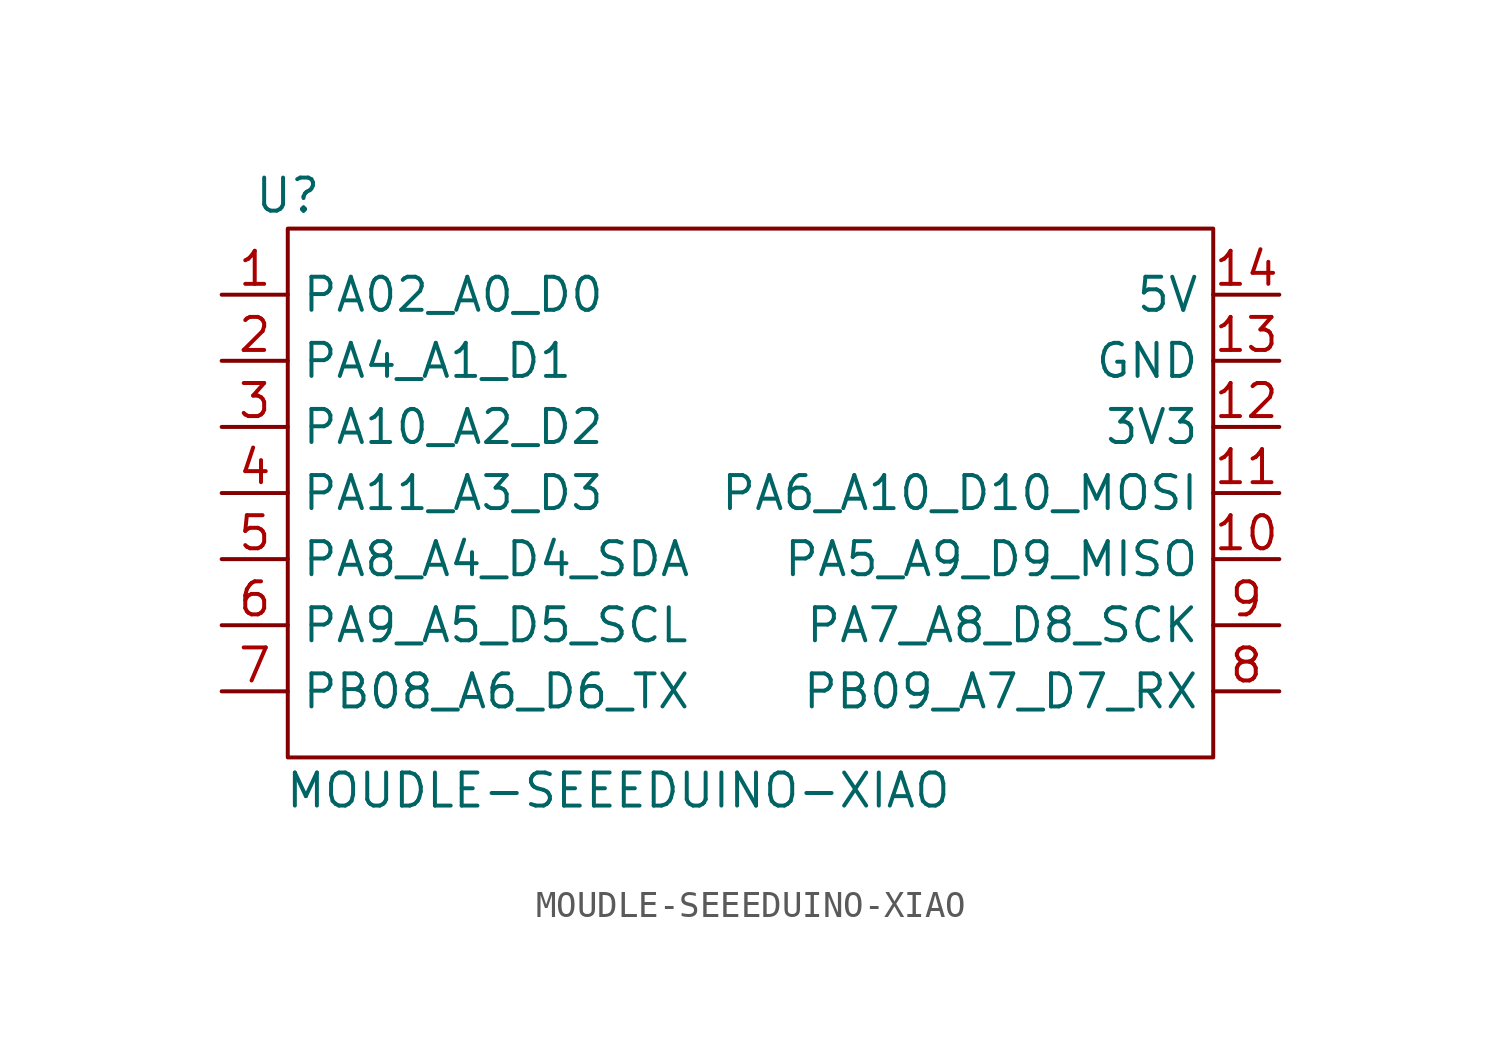
<source format=kicad_sym>
(kicad_symbol_lib
  (version 20211014)
  (generator kicad_symbol_editor)
  (symbol "MOUDLE-SEEEDUINO-XIAO"
    (property "Reference" "U"
      (at -16.51 11.43 0)
      (effects (font (size 1.27 1.27))))
    (property "Value" "MOUDLE-SEEEDUINO-XIAO"
      (at -3.81 -11.43 0)
      (effects (font (size 1.27 1.27))))
    (symbol "MOUDLE-SEEEDUINO-XIAO_0_1"
      (rectangle (start -16.51 10.16) (end 19.05 -10.16) (stroke (width 0) (type default) (color 0 0 0 0)) (fill (type none))))
    (symbol "MOUDLE-SEEEDUINO-XIAO_1_1"
      (pin unspecified line (at -19.05 7.62 0) (length 2.54) (name "PA02_A0_D0" (effects (font (size 1.27 1.27)))) (number "1" (effects (font (size 1.27 1.27)))))
      (pin unspecified line (at 21.59 -2.54 180) (length 2.54) (name "PA5_A9_D9_MISO" (effects (font (size 1.27 1.27)))) (number "10" (effects (font (size 1.27 1.27)))))
      (pin unspecified line (at 21.59 0 180) (length 2.54) (name "PA6_A10_D10_MOSI" (effects (font (size 1.27 1.27)))) (number "11" (effects (font (size 1.27 1.27)))))
      (pin unspecified line (at 21.59 2.54 180) (length 2.54) (name "3V3" (effects (font (size 1.27 1.27)))) (number "12" (effects (font (size 1.27 1.27)))))
      (pin unspecified line (at 21.59 5.08 180) (length 2.54) (name "GND" (effects (font (size 1.27 1.27)))) (number "13" (effects (font (size 1.27 1.27)))))
      (pin unspecified line (at 21.59 7.62 180) (length 2.54) (name "5V" (effects (font (size 1.27 1.27)))) (number "14" (effects (font (size 1.27 1.27)))))
      (pin unspecified line (at -19.05 5.08 0) (length 2.54) (name "PA4_A1_D1" (effects (font (size 1.27 1.27)))) (number "2" (effects (font (size 1.27 1.27)))))
      (pin unspecified line (at -19.05 2.54 0) (length 2.54) (name "PA10_A2_D2" (effects (font (size 1.27 1.27)))) (number "3" (effects (font (size 1.27 1.27)))))
      (pin unspecified line (at -19.05 0 0) (length 2.54) (name "PA11_A3_D3" (effects (font (size 1.27 1.27)))) (number "4" (effects (font (size 1.27 1.27)))))
      (pin unspecified line (at -19.05 -2.54 0) (length 2.54) (name "PA8_A4_D4_SDA" (effects (font (size 1.27 1.27)))) (number "5" (effects (font (size 1.27 1.27)))))
      (pin unspecified line (at -19.05 -5.08 0) (length 2.54) (name "PA9_A5_D5_SCL" (effects (font (size 1.27 1.27)))) (number "6" (effects (font (size 1.27 1.27)))))
      (pin unspecified line (at -19.05 -7.62 0) (length 2.54) (name "PB08_A6_D6_TX" (effects (font (size 1.27 1.27)))) (number "7" (effects (font (size 1.27 1.27)))))
      (pin unspecified line (at 21.59 -7.62 180) (length 2.54) (name "PB09_A7_D7_RX" (effects (font (size 1.27 1.27)))) (number "8" (effects (font (size 1.27 1.27)))))
      (pin unspecified line (at 21.59 -5.08 180) (length 2.54) (name "PA7_A8_D8_SCK" (effects (font (size 1.27 1.27)))) (number "9" (effects (font (size 1.27 1.27))))))))
</source>
